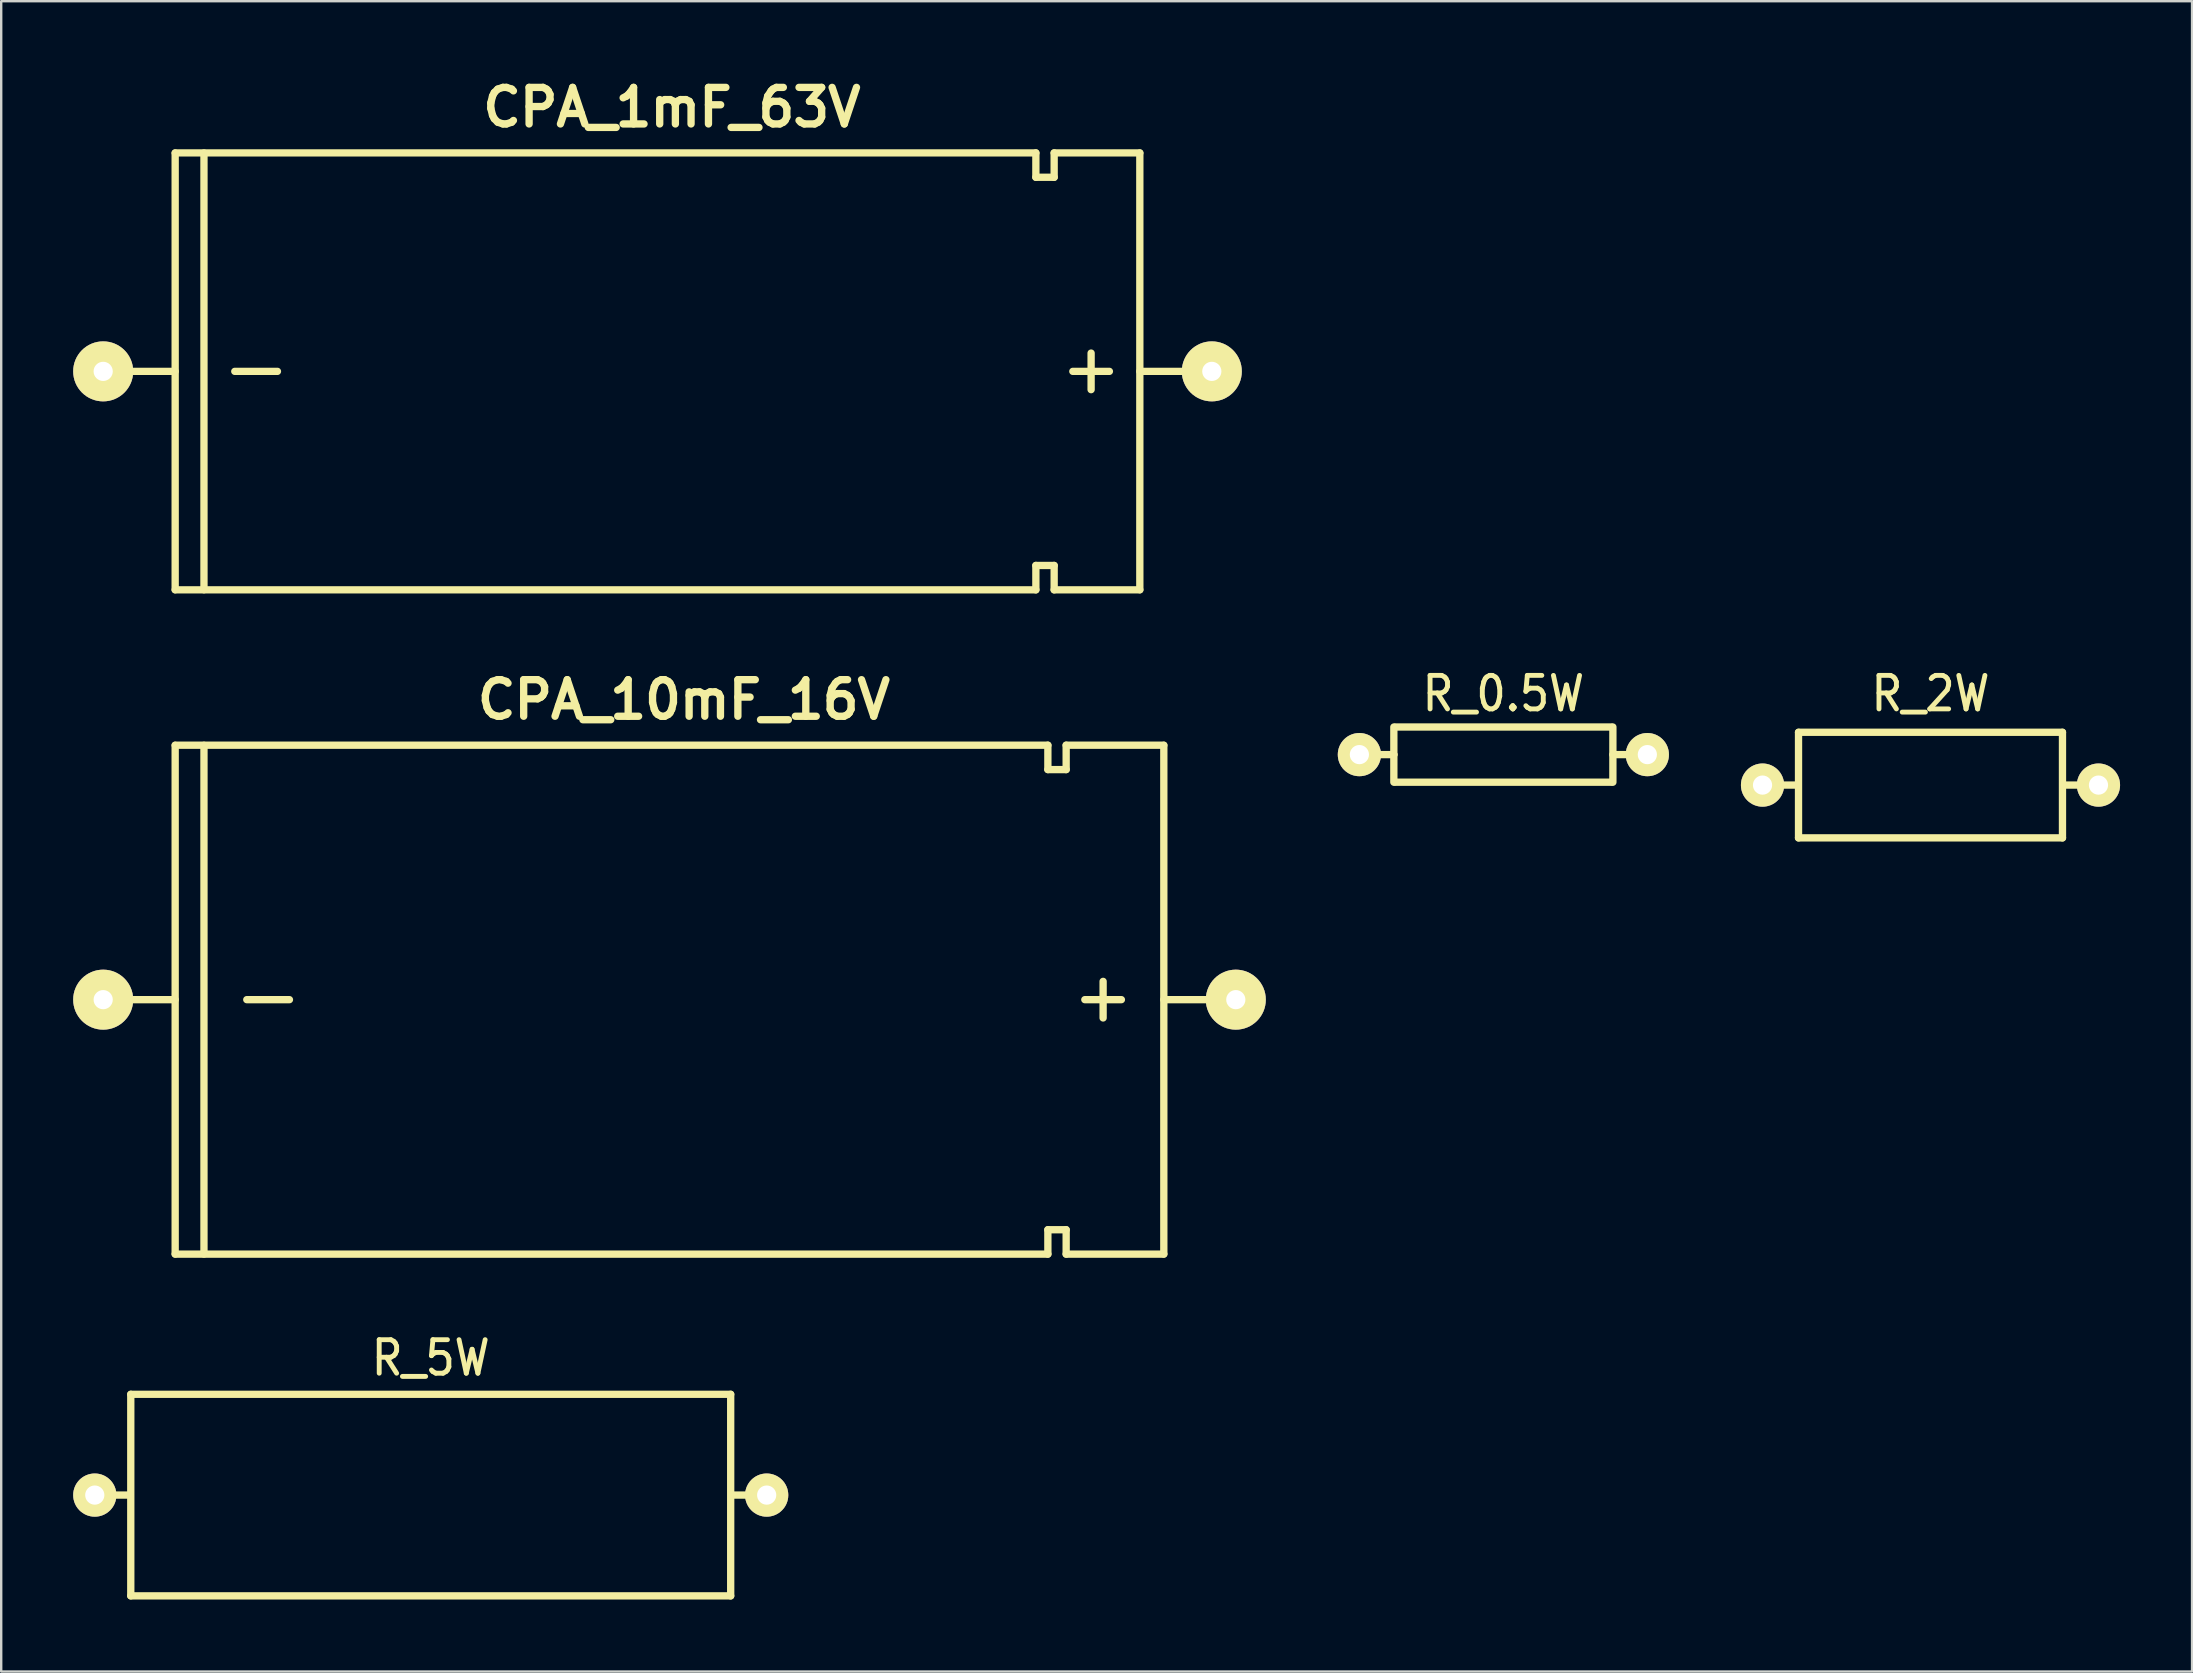
<source format=kicad_pcb>
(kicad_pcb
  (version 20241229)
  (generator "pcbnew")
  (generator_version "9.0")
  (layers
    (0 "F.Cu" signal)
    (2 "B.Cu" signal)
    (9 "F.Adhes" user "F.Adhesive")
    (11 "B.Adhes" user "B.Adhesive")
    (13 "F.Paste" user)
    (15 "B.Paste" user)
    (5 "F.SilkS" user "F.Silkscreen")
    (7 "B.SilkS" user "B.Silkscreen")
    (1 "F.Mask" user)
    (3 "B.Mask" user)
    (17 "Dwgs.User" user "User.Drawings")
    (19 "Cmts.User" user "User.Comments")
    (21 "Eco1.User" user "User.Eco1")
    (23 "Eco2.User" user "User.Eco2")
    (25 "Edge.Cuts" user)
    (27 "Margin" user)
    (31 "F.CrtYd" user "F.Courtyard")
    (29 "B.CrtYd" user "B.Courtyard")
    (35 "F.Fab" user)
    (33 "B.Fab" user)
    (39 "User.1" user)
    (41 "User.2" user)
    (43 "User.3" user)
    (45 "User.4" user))
  (footprint "R_2W"
    (layer "F.Cu")
    (at 77.4 29.667)
    (property "Reference" "R_2W" (at 0 -3.81 0) (layer "F.SilkS") (effects (font (size 1.397 1.27) (thickness 0.203))))
    (attr through_hole)
    (fp_line (start -7 0) (end -5.564 0) (stroke (width 0.305) (type solid)) (layer "F.SilkS"))
    (fp_line (start -5.5 -2.2) (end 5.5 -2.2) (stroke (width 0.305) (type solid)) (layer "F.SilkS"))
    (fp_line (start -5.5 2.2) (end -5.5 -2.2) (stroke (width 0.305) (type solid)) (layer "F.SilkS"))
    (fp_line (start 5.5 -2.2) (end 5.5 2.2) (stroke (width 0.305) (type solid)) (layer "F.SilkS"))
    (fp_line (start 5.5 2.2) (end -5.5 2.2) (stroke (width 0.305) (type solid)) (layer "F.SilkS"))
    (fp_line (start 7 0) (end 5.564 0) (stroke (width 0.305) (type solid)) (layer "F.SilkS"))
    (pad "1" thru_hole circle (at -7 0) (size 1.8 1.8) (drill 0.8) (layers "*.Cu" "*.Mask" "F.SilkS"))
    (pad "2" thru_hole circle (at 7 0) (size 1.8 1.8) (drill 0.8) (layers "*.Cu" "*.Mask" "F.SilkS")))
  (footprint "R_0.5W"
    (layer "F.Cu")
    (at 59.6 28.397)
    (property "Reference" "R_0.5W" (at 0 -2.54 0) (layer "F.SilkS") (effects (font (size 1.397 1.27) (thickness 0.203))))
    (attr through_hole)
    (fp_line (start -6 0) (end -4.564 0) (stroke (width 0.305) (type solid)) (layer "F.SilkS"))
    (fp_line (start -4.564 0) (end -4.564 -1.15) (stroke (width 0.305) (type solid)) (layer "F.SilkS"))
    (fp_line (start -4.564 1.15) (end -4.564 0) (stroke (width 0.305) (type solid)) (layer "F.SilkS"))
    (fp_line (start -4.5 -1.15) (end 4.5 -1.15) (stroke (width 0.305) (type solid)) (layer "F.SilkS"))
    (fp_line (start 4.5 1.15) (end -4.5 1.15) (stroke (width 0.305) (type solid)) (layer "F.SilkS"))
    (fp_line (start 4.564 -1.15) (end 4.564 1.15) (stroke (width 0.305) (type solid)) (layer "F.SilkS"))
    (fp_line (start 6 0) (end 4.564 0) (stroke (width 0.305) (type solid)) (layer "F.SilkS"))
    (pad "1" thru_hole circle (at -6 0) (size 1.8 1.8) (drill 0.8) (layers "*.Cu" "*.Mask" "F.SilkS"))
    (pad "2" thru_hole circle (at 6 0) (size 1.8 1.8) (drill 0.8) (layers "*.Cu" "*.Mask" "F.SilkS")))
  (footprint "CPA_1mF_63V"
    (layer "F.Cu")
    (at 24.95 12.426)
    (property "Reference" "CPA_1mF_63V" (at 0 -11 0) (layer "F.SilkS") (effects (font (size 1.524 1.524) (thickness 0.305))))
    (attr through_hole)
    (fp_line (start -20.7 -9.104) (end 15.168 -9.104) (stroke (width 0.305) (type solid)) (layer "F.SilkS"))
    (fp_line (start -20.7 0) (end -23.7 0) (stroke (width 0.305) (type solid)) (layer "F.SilkS"))
    (fp_line (start -20.7 9.1) (end -20.7 -9.1) (stroke (width 0.305) (type solid)) (layer "F.SilkS"))
    (fp_line (start -19.5 -9.1) (end -19.5 9.1) (stroke (width 0.305) (type solid)) (layer "F.SilkS"))
    (fp_line (start -18.216 0) (end -16.438 0) (stroke (width 0.305) (type solid)) (layer "F.SilkS"))
    (fp_line (start 15.168 -9.104) (end 15.168 -8.088) (stroke (width 0.305) (type solid)) (layer "F.SilkS"))
    (fp_line (start 15.168 -8.088) (end 15.93 -8.088) (stroke (width 0.305) (type solid)) (layer "F.SilkS"))
    (fp_line (start 15.168 8.088) (end 15.168 9.104) (stroke (width 0.305) (type solid)) (layer "F.SilkS"))
    (fp_line (start 15.168 9.104) (end -20.7 9.104) (stroke (width 0.305) (type solid)) (layer "F.SilkS"))
    (fp_line (start 15.93 -9.104) (end 19.5 -9.104) (stroke (width 0.305) (type solid)) (layer "F.SilkS"))
    (fp_line (start 15.93 -8.088) (end 15.93 -9.104) (stroke (width 0.305) (type solid)) (layer "F.SilkS"))
    (fp_line (start 15.93 8.088) (end 15.168 8.088) (stroke (width 0.305) (type solid)) (layer "F.SilkS"))
    (fp_line (start 15.93 9.104) (end 15.93 8.088) (stroke (width 0.305) (type solid)) (layer "F.SilkS"))
    (fp_line (start 17.47 0.762) (end 17.47 -0.762) (stroke (width 0.305) (type solid)) (layer "F.SilkS"))
    (fp_line (start 18.232 0) (end 16.708 0) (stroke (width 0.305) (type solid)) (layer "F.SilkS"))
    (fp_line (start 19.5 -9.1) (end 19.5 9.1) (stroke (width 0.305) (type solid)) (layer "F.SilkS"))
    (fp_line (start 19.5 0) (end 22.5 0) (stroke (width 0.305) (type solid)) (layer "F.SilkS"))
    (fp_line (start 19.5 9.104) (end 15.93 9.104) (stroke (width 0.305) (type solid)) (layer "F.SilkS"))
    (pad "1" thru_hole circle (at 22.5 0) (size 2.5 2.5) (drill 0.8) (layers "*.Cu" "*.Mask" "F.SilkS"))
    (pad "2" thru_hole circle (at -23.7 0) (size 2.5 2.5) (drill 0.8) (layers "*.Cu" "*.Mask" "F.SilkS")))
  (footprint "CPA_10mF_16V"
    (layer "F.Cu")
    (at 25.45 38.609)
    (property "Reference" "CPA_10mF_16V" (at 0 -12.5 0) (layer "F.SilkS") (effects (font (size 1.524 1.524) (thickness 0.305))))
    (attr through_hole)
    (fp_line (start -21.2 -10.604) (end 15.168 -10.604) (stroke (width 0.305) (type solid)) (layer "F.SilkS"))
    (fp_line (start -21.2 0) (end -24.2 0) (stroke (width 0.305) (type solid)) (layer "F.SilkS"))
    (fp_line (start -21.2 10.6) (end -21.2 -10.6) (stroke (width 0.305) (type solid)) (layer "F.SilkS"))
    (fp_line (start -20 -10.6) (end -20 10.6) (stroke (width 0.305) (type solid)) (layer "F.SilkS"))
    (fp_line (start -18.216 0) (end -16.438 0) (stroke (width 0.305) (type solid)) (layer "F.SilkS"))
    (fp_line (start 15.168 -10.604) (end 15.168 -9.588) (stroke (width 0.305) (type solid)) (layer "F.SilkS"))
    (fp_line (start 15.168 -9.588) (end 15.93 -9.588) (stroke (width 0.305) (type solid)) (layer "F.SilkS"))
    (fp_line (start 15.168 9.588) (end 15.168 10.604) (stroke (width 0.305) (type solid)) (layer "F.SilkS"))
    (fp_line (start 15.168 10.604) (end -21.2 10.604) (stroke (width 0.305) (type solid)) (layer "F.SilkS"))
    (fp_line (start 15.93 -10.604) (end 20 -10.604) (stroke (width 0.305) (type solid)) (layer "F.SilkS"))
    (fp_line (start 15.93 -9.588) (end 15.93 -10.604) (stroke (width 0.305) (type solid)) (layer "F.SilkS"))
    (fp_line (start 15.93 9.588) (end 15.168 9.588) (stroke (width 0.305) (type solid)) (layer "F.SilkS"))
    (fp_line (start 15.93 10.604) (end 15.93 9.588) (stroke (width 0.305) (type solid)) (layer "F.SilkS"))
    (fp_line (start 17.47 0.762) (end 17.47 -0.762) (stroke (width 0.305) (type solid)) (layer "F.SilkS"))
    (fp_line (start 18.232 0) (end 16.708 0) (stroke (width 0.305) (type solid)) (layer "F.SilkS"))
    (fp_line (start 20 -10.6) (end 20 10.6) (stroke (width 0.305) (type solid)) (layer "F.SilkS"))
    (fp_line (start 20 0) (end 23 0) (stroke (width 0.305) (type solid)) (layer "F.SilkS"))
    (fp_line (start 20 10.604) (end 15.93 10.604) (stroke (width 0.305) (type solid)) (layer "F.SilkS"))
    (pad "1" thru_hole circle (at 23 0) (size 2.5 2.5) (drill 0.8) (layers "*.Cu" "*.Mask" "F.SilkS"))
    (pad "2" thru_hole circle (at -24.2 0) (size 2.5 2.5) (drill 0.8) (layers "*.Cu" "*.Mask" "F.SilkS")))
  (footprint "R_5W"
    (layer "F.Cu")
    (at 14.9 59.255)
    (property "Reference" "R_5W" (at 0 -5.715 0) (layer "F.SilkS") (effects (font (size 1.397 1.27) (thickness 0.203))))
    (attr through_hole)
    (fp_line (start -14 0) (end -12.564 0) (stroke (width 0.305) (type solid)) (layer "F.SilkS"))
    (fp_line (start -12.5 -4.2) (end 12.5 -4.2) (stroke (width 0.305) (type solid)) (layer "F.SilkS"))
    (fp_line (start -12.5 4.2) (end -12.5 -4.2) (stroke (width 0.305) (type solid)) (layer "F.SilkS"))
    (fp_line (start 12.5 -4.2) (end 12.5 4.2) (stroke (width 0.305) (type solid)) (layer "F.SilkS"))
    (fp_line (start 12.5 4.2) (end -12.5 4.2) (stroke (width 0.305) (type solid)) (layer "F.SilkS"))
    (fp_line (start 14 0) (end 12.564 0) (stroke (width 0.305) (type solid)) (layer "F.SilkS"))
    (pad "1" thru_hole circle (at -14 0) (size 1.8 1.8) (drill 0.8) (layers "*.Cu" "*.Mask" "F.SilkS"))
    (pad "2" thru_hole circle (at 14 0) (size 1.8 1.8) (drill 0.8) (layers "*.Cu" "*.Mask" "F.SilkS")))
  (gr_rect
    (start -3 -3)
    (end 88.3 66.607)
    (stroke (width 0.1) (type default))
    (fill no)
    (layer "Edge.Cuts")))
</source>
